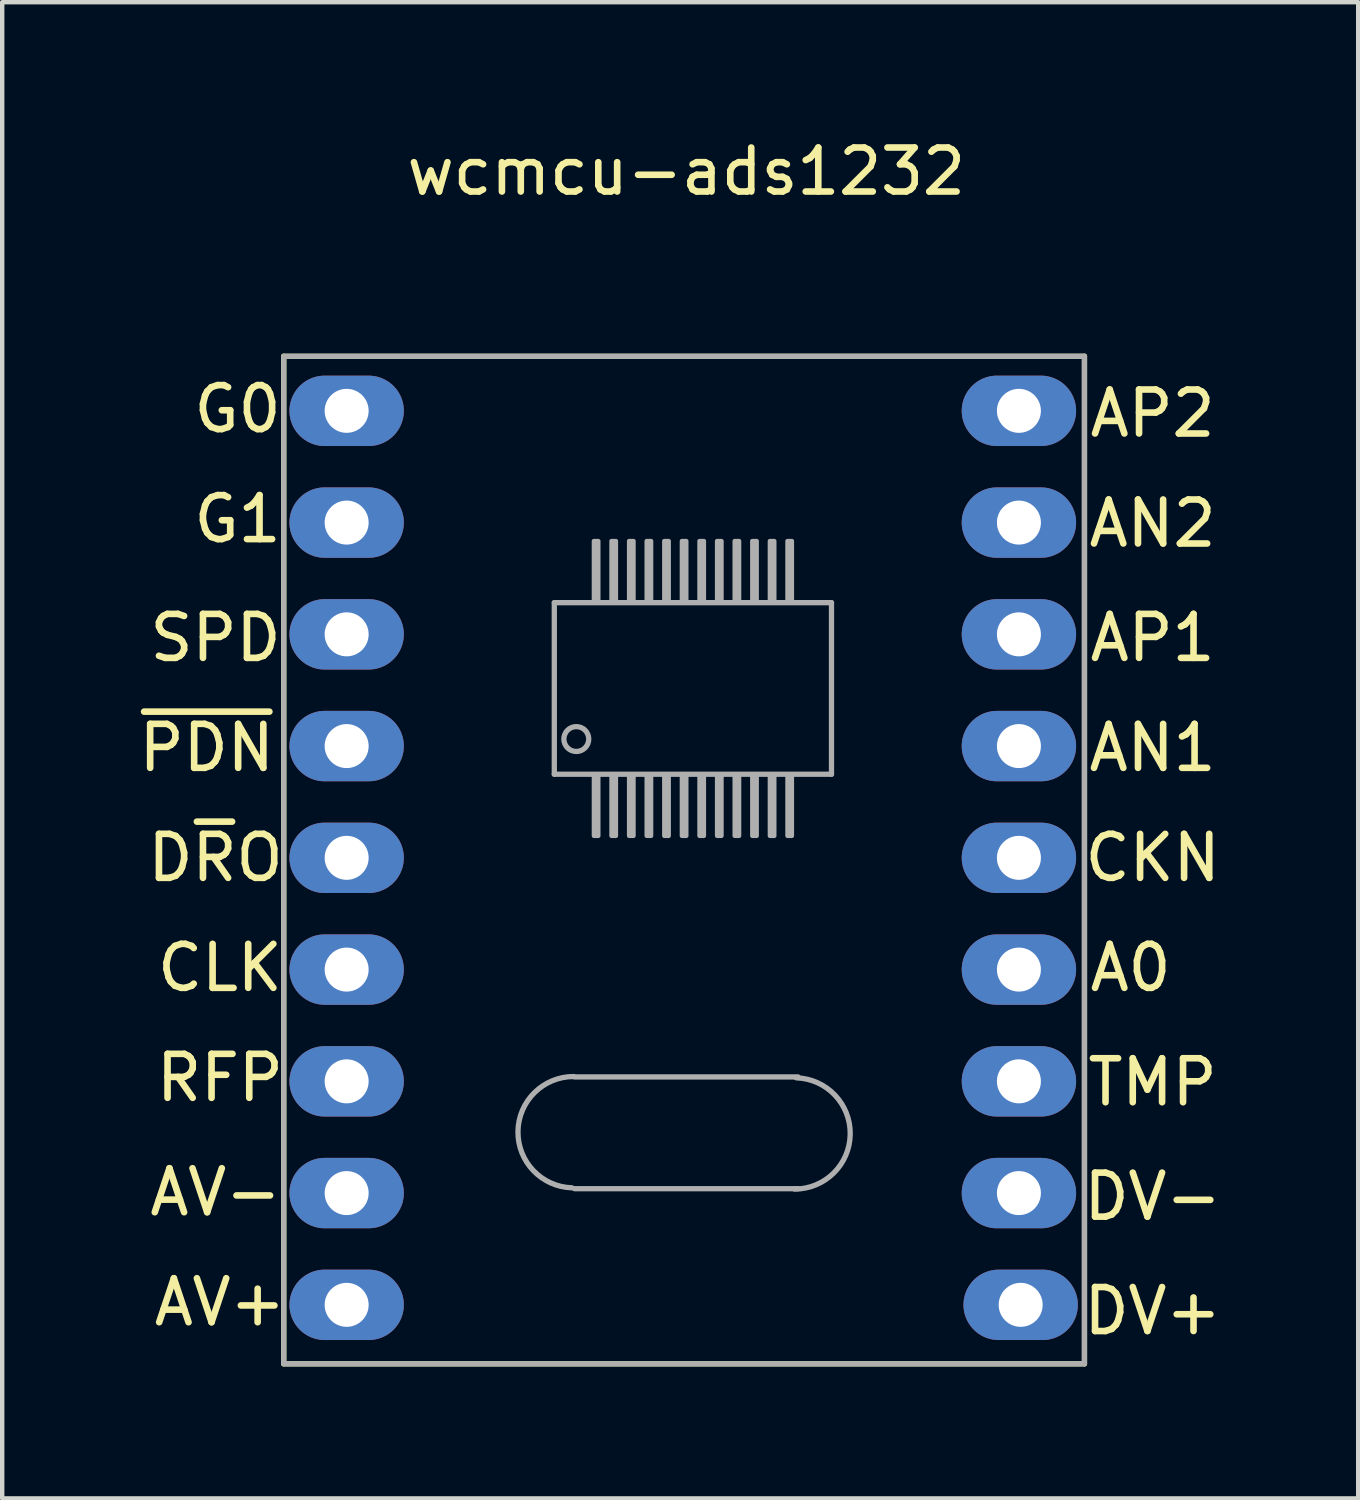
<source format=kicad_pcb>
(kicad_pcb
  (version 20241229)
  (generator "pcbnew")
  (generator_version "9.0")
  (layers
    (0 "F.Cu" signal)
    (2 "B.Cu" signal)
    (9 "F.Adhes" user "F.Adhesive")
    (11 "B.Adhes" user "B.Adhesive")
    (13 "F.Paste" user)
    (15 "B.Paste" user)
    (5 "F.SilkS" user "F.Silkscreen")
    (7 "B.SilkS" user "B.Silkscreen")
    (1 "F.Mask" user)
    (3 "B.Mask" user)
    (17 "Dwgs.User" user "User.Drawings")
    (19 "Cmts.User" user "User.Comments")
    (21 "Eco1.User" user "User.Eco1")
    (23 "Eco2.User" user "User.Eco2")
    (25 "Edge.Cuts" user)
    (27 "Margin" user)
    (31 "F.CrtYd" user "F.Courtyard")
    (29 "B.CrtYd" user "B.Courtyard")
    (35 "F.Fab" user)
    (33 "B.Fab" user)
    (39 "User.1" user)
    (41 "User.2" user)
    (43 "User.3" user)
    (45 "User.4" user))
  (footprint "wcmcu-ads1232"
    (layer "F.Cu")
    (at 12.449 16.448)
    (property "Reference" "wcmcu-ads1232" (at 0.1 -15.6 0) (layer "F.SilkS") (effects (font (size 1 1) (thickness 0.15))))
    (attr through_hole)
    (fp_line (start -9.05 -11.4) (end 9.15 -11.4) (stroke (width 0.12) (type solid)) (layer "F.SilkS"))
    (fp_line (start -9.05 11.5) (end -9.05 -11.4) (stroke (width 0.12) (type solid)) (layer "F.SilkS"))
    (fp_line (start 9.15 -11.4) (end 9.15 11.5) (stroke (width 0.12) (type solid)) (layer "F.SilkS"))
    (fp_line (start 9.15 11.5) (end -9.05 11.5) (stroke (width 0.12) (type solid)) (layer "F.SilkS"))
    (fp_line (start -9.05 -11.4) (end -9.05 11.5) (stroke (width 0.12) (type solid)) (layer "F.Fab"))
    (fp_line (start -9 11.5) (end 9.1 11.5) (stroke (width 0.12) (type solid)) (layer "F.Fab"))
    (fp_line (start -2.9 -5.8) (end 3.4 -5.8) (stroke (width 0.12) (type solid)) (layer "F.Fab"))
    (fp_line (start -2.9 -1.9) (end -2.9 -5.8) (stroke (width 0.12) (type solid)) (layer "F.Fab"))
    (fp_line (start -2.44 4.98) (end 2.64 4.98) (stroke (width 0.12) (type solid)) (layer "F.Fab"))
    (fp_line (start 2.64 7.52) (end -2.44 7.52) (stroke (width 0.12) (type solid)) (layer "F.Fab"))
    (fp_line (start 3.4 -5.8) (end 3.4 -1.9) (stroke (width 0.12) (type solid)) (layer "F.Fab"))
    (fp_line (start 3.4 -1.9) (end -2.9 -1.9) (stroke (width 0.12) (type solid)) (layer "F.Fab"))
    (fp_line (start 9.1 -11.4) (end -9 -11.4) (stroke (width 0.12) (type solid)) (layer "F.Fab"))
    (fp_line (start 9.15 11.5) (end 9.15 -11.4) (stroke (width 0.12) (type solid)) (layer "F.Fab"))
    (fp_arc (start -2.5 7.5) (mid -3.726453 6.21651) (end -2.461687 4.970758) (stroke (width 0.12) (type solid)) (layer "F.Fab"))
    (fp_arc (start 2.6 5) (mid 3.826453 6.28349) (end 2.561687 7.529242) (stroke (width 0.12) (type solid)) (layer "F.Fab"))
    (fp_circle (center -2.4 -2.7) (end -2.2 -2.5) (stroke (width 0.12) (type solid)) (fill no) (layer "F.Fab"))
    (fp_poly (pts (xy -1.9 -5.8) (xy -2 -5.8) (xy -2 -7.2) (xy -1.9 -7.2)) (stroke (width 0.1) (type solid)) (fill no) (layer "F.Fab"))
    (fp_poly (pts (xy -1.9 -0.5) (xy -2 -0.5) (xy -2 -1.9) (xy -1.9 -1.9)) (stroke (width 0.1) (type solid)) (fill no) (layer "F.Fab"))
    (fp_poly (pts (xy -1.5 -5.8) (xy -1.6 -5.8) (xy -1.6 -7.2) (xy -1.5 -7.2)) (stroke (width 0.1) (type solid)) (fill no) (layer "F.Fab"))
    (fp_poly (pts (xy -1.5 -0.5) (xy -1.6 -0.5) (xy -1.6 -1.9) (xy -1.5 -1.9)) (stroke (width 0.1) (type solid)) (fill no) (layer "F.Fab"))
    (fp_poly (pts (xy -1.1 -5.8) (xy -1.2 -5.8) (xy -1.2 -7.2) (xy -1.1 -7.2)) (stroke (width 0.1) (type solid)) (fill no) (layer "F.Fab"))
    (fp_poly (pts (xy -1.1 -0.5) (xy -1.2 -0.5) (xy -1.2 -1.9) (xy -1.1 -1.9)) (stroke (width 0.1) (type solid)) (fill no) (layer "F.Fab"))
    (fp_poly (pts (xy -0.7 -5.8) (xy -0.8 -5.8) (xy -0.8 -7.2) (xy -0.7 -7.2)) (stroke (width 0.1) (type solid)) (fill no) (layer "F.Fab"))
    (fp_poly (pts (xy -0.7 -0.5) (xy -0.8 -0.5) (xy -0.8 -1.9) (xy -0.7 -1.9)) (stroke (width 0.1) (type solid)) (fill no) (layer "F.Fab"))
    (fp_poly (pts (xy -0.3 -5.8) (xy -0.4 -5.8) (xy -0.4 -7.2) (xy -0.3 -7.2)) (stroke (width 0.1) (type solid)) (fill no) (layer "F.Fab"))
    (fp_poly (pts (xy -0.3 -0.5) (xy -0.4 -0.5) (xy -0.4 -1.9) (xy -0.3 -1.9)) (stroke (width 0.1) (type solid)) (fill no) (layer "F.Fab"))
    (fp_poly (pts (xy 0.1 -5.8) (xy 0 -5.8) (xy 0 -7.2) (xy 0.1 -7.2)) (stroke (width 0.1) (type solid)) (fill no) (layer "F.Fab"))
    (fp_poly (pts (xy 0.1 -0.5) (xy 0 -0.5) (xy 0 -1.9) (xy 0.1 -1.9)) (stroke (width 0.1) (type solid)) (fill no) (layer "F.Fab"))
    (fp_poly (pts (xy 0.5 -5.8) (xy 0.4 -5.8) (xy 0.4 -7.2) (xy 0.5 -7.2)) (stroke (width 0.1) (type solid)) (fill no) (layer "F.Fab"))
    (fp_poly (pts (xy 0.5 -0.5) (xy 0.4 -0.5) (xy 0.4 -1.9) (xy 0.5 -1.9)) (stroke (width 0.1) (type solid)) (fill no) (layer "F.Fab"))
    (fp_poly (pts (xy 0.9 -5.8) (xy 0.8 -5.8) (xy 0.8 -7.2) (xy 0.9 -7.2)) (stroke (width 0.1) (type solid)) (fill no) (layer "F.Fab"))
    (fp_poly (pts (xy 0.9 -0.5) (xy 0.8 -0.5) (xy 0.8 -1.9) (xy 0.9 -1.9)) (stroke (width 0.1) (type solid)) (fill no) (layer "F.Fab"))
    (fp_poly (pts (xy 1.3 -5.8) (xy 1.2 -5.8) (xy 1.2 -7.2) (xy 1.3 -7.2)) (stroke (width 0.1) (type solid)) (fill no) (layer "F.Fab"))
    (fp_poly (pts (xy 1.3 -0.5) (xy 1.2 -0.5) (xy 1.2 -1.9) (xy 1.3 -1.9)) (stroke (width 0.1) (type solid)) (fill no) (layer "F.Fab"))
    (fp_poly (pts (xy 1.7 -5.8) (xy 1.6 -5.8) (xy 1.6 -7.2) (xy 1.7 -7.2)) (stroke (width 0.1) (type solid)) (fill no) (layer "F.Fab"))
    (fp_poly (pts (xy 1.7 -0.5) (xy 1.6 -0.5) (xy 1.6 -1.9) (xy 1.7 -1.9)) (stroke (width 0.1) (type solid)) (fill no) (layer "F.Fab"))
    (fp_poly (pts (xy 2.1 -5.8) (xy 2 -5.8) (xy 2 -7.2) (xy 2.1 -7.2)) (stroke (width 0.1) (type solid)) (fill no) (layer "F.Fab"))
    (fp_poly (pts (xy 2.1 -0.5) (xy 2 -0.5) (xy 2 -1.9) (xy 2.1 -1.9)) (stroke (width 0.1) (type solid)) (fill no) (layer "F.Fab"))
    (fp_poly (pts (xy 2.5 -5.8) (xy 2.4 -5.8) (xy 2.4 -7.2) (xy 2.5 -7.2)) (stroke (width 0.1) (type solid)) (fill no) (layer "F.Fab"))
    (fp_poly (pts (xy 2.5 -0.5) (xy 2.4 -0.5) (xy 2.4 -1.9) (xy 2.5 -1.9)) (stroke (width 0.1) (type solid)) (fill no) (layer "F.Fab"))
    (fp_text user "A0" (at 10.2 2.5 0) (layer "F.SilkS") (effects (font (size 1 1) (thickness 0.15))))
    (fp_text user "AP2" (at 10.7 -10.1 0) (layer "F.SilkS") (effects (font (size 1 1) (thickness 0.15))))
    (fp_text user "DV-" (at 10.7 7.7 0) (layer "F.SilkS") (effects (font (size 1 1) (thickness 0.15))))
    (fp_text user "TMP" (at 10.7 5.1 0) (layer "F.SilkS") (effects (font (size 1 1) (thickness 0.15))))
    (fp_text user "SPD" (at -10.6 -5 0) (layer "F.SilkS") (effects (font (size 1 1) (thickness 0.15))))
    (fp_text user "D~{R}O" (at -10.6 0 0) (layer "F.SilkS") (effects (font (size 1 1) (thickness 0.15))))
    (fp_text user "DV+" (at 10.7 10.3 0) (layer "F.SilkS") (effects (font (size 1 1) (thickness 0.15))))
    (fp_text user "CLK" (at -10.5 2.5 0) (layer "F.SilkS") (effects (font (size 1 1) (thickness 0.15))))
    (fp_text user "G1" (at -10.1 -7.7 0) (layer "F.SilkS") (effects (font (size 1 1) (thickness 0.15))))
    (fp_text user "CKN" (at 10.7 0 0) (layer "F.SilkS") (effects (font (size 1 1) (thickness 0.15))))
    (fp_text user "AV+" (at -10.5 10.1 0) (layer "F.SilkS") (effects (font (size 1 1) (thickness 0.15))))
    (fp_text user "AN1" (at 10.7 -2.5 0) (layer "F.SilkS") (effects (font (size 1 1) (thickness 0.15))))
    (fp_text user "~{PDN}" (at -10.8 -2.5 0) (layer "F.SilkS") (effects (font (size 1 1) (thickness 0.15))))
    (fp_text user "AP1" (at 10.7 -5 0) (layer "F.SilkS") (effects (font (size 1 1) (thickness 0.15))))
    (fp_text user "RFP" (at -10.5 5 0) (layer "F.SilkS") (effects (font (size 1 1) (thickness 0.15))))
    (fp_text user "AV-" (at -10.6 7.6 0) (layer "F.SilkS") (effects (font (size 1 1) (thickness 0.15))))
    (fp_text user "G0" (at -10.1 -10.2 0) (layer "F.SilkS") (effects (font (size 1 1) (thickness 0.15))))
    (fp_text user "AN2" (at 10.7 -7.6 0) (layer "F.SilkS") (effects (font (size 1 1) (thickness 0.15))))
    (pad "1" thru_hole oval (at -7.62 -10.16) (size 2.6 1.6) (drill 1) (layers "*.Cu" "*.Mask"))
    (pad "2" thru_hole oval (at -7.62 -7.62) (size 2.6 1.6) (drill 1) (layers "*.Cu" "*.Mask"))
    (pad "3" thru_hole oval (at -7.62 -5.08) (size 2.6 1.6) (drill 1) (layers "*.Cu" "*.Mask"))
    (pad "4" thru_hole oval (at -7.62 -2.54) (size 2.6 1.6) (drill 1) (layers "*.Cu" "*.Mask"))
    (pad "5" thru_hole oval (at -7.62 0) (size 2.6 1.6) (drill 1) (layers "*.Cu" "*.Mask"))
    (pad "6" thru_hole oval (at -7.62 2.54) (size 2.6 1.6) (drill 1) (layers "*.Cu" "*.Mask"))
    (pad "7" thru_hole oval (at -7.62 5.08) (size 2.6 1.6) (drill 1) (layers "*.Cu" "*.Mask"))
    (pad "8" thru_hole oval (at -7.62 7.62) (size 2.6 1.6) (drill 1) (layers "*.Cu" "*.Mask"))
    (pad "9" thru_hole oval (at -7.62 10.16) (size 2.6 1.6) (drill 1) (layers "*.Cu" "*.Mask"))
    (pad "10" thru_hole oval (at 7.7 10.16) (size 2.6 1.6) (drill 1) (layers "*.Cu" "*.Mask"))
    (pad "11" thru_hole oval (at 7.66 7.62) (size 2.6 1.6) (drill 1) (layers "*.Cu" "*.Mask"))
    (pad "12" thru_hole oval (at 7.66 5.08) (size 2.6 1.6) (drill 1) (layers "*.Cu" "*.Mask"))
    (pad "13" thru_hole oval (at 7.66 2.54) (size 2.6 1.6) (drill 1) (layers "*.Cu" "*.Mask"))
    (pad "14" thru_hole oval (at 7.66 0) (size 2.6 1.6) (drill 1) (layers "*.Cu" "*.Mask"))
    (pad "15" thru_hole oval (at 7.66 -2.54) (size 2.6 1.6) (drill 1) (layers "*.Cu" "*.Mask"))
    (pad "16" thru_hole oval (at 7.66 -5.08) (size 2.6 1.6) (drill 1) (layers "*.Cu" "*.Mask"))
    (pad "17" thru_hole oval (at 7.66 -7.62) (size 2.6 1.6) (drill 1) (layers "*.Cu" "*.Mask"))
    (pad "18" thru_hole oval (at 7.66 -10.16) (size 2.6 1.6) (drill 1) (layers "*.Cu" "*.Mask")))
  (gr_rect
    (start -3 -3)
    (end 27.821 31.008)
    (stroke (width 0.1) (type default))
    (fill no)
    (layer "Edge.Cuts")))
</source>
